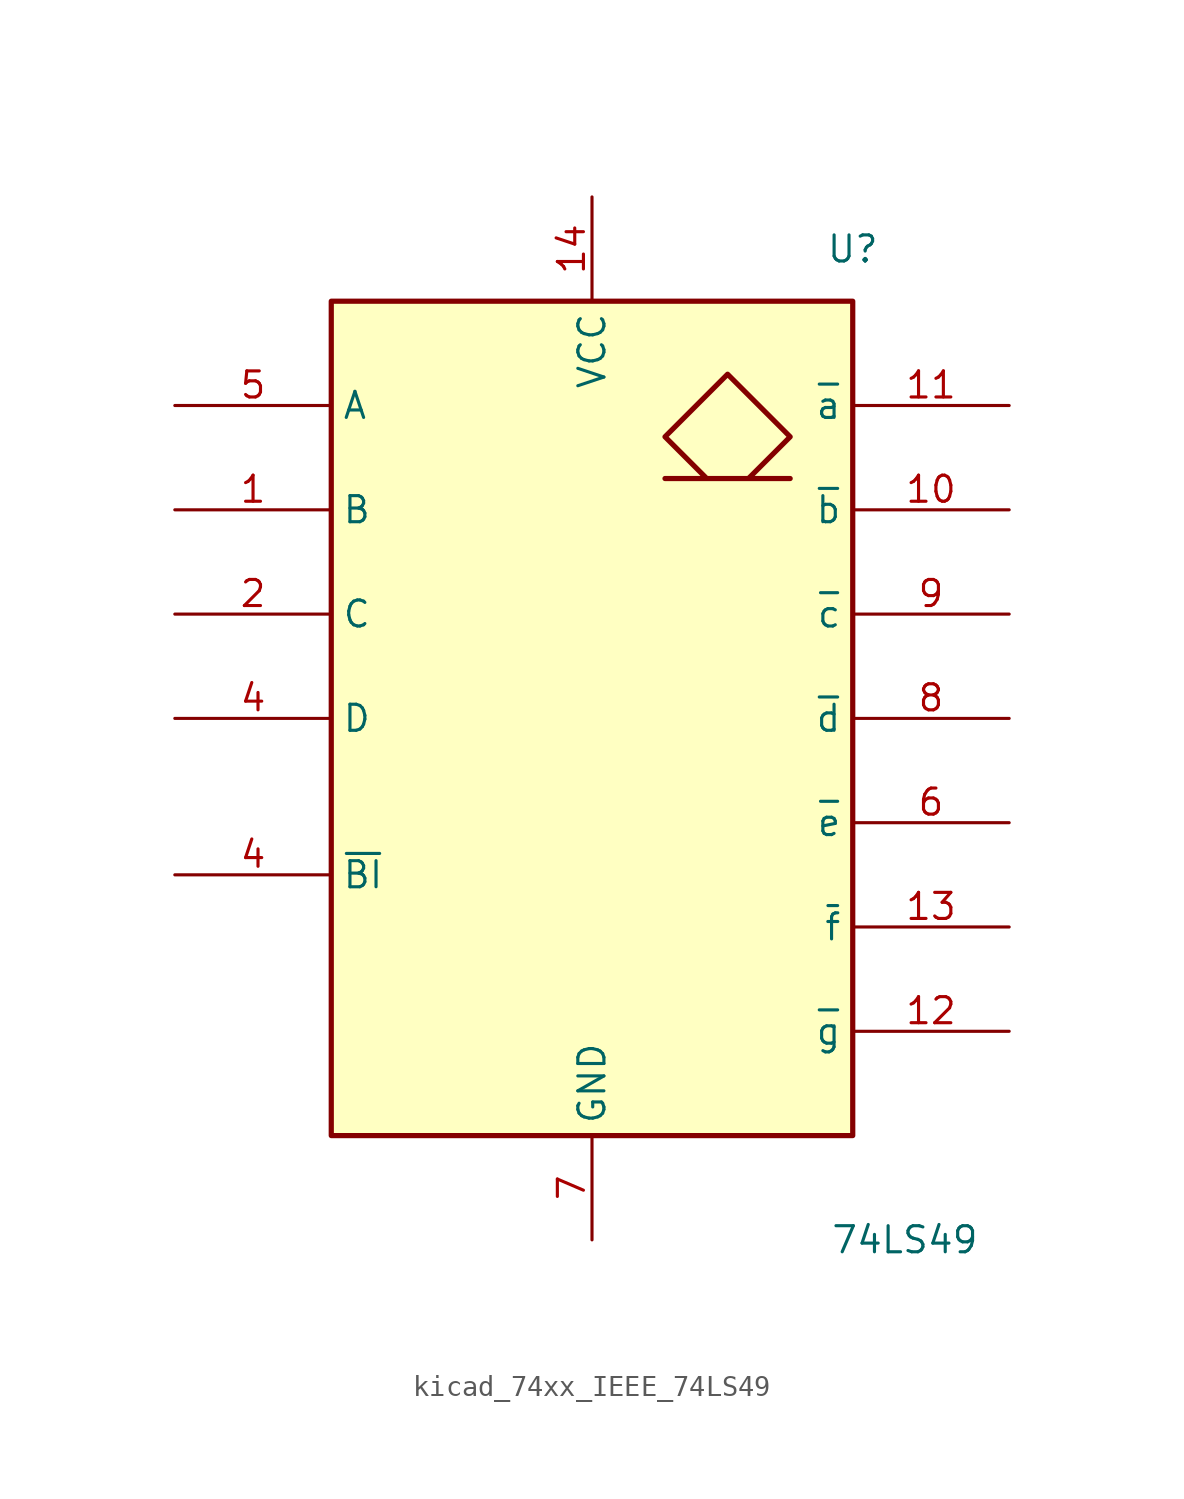
<source format=kicad_sym>
(kicad_symbol_lib
  (version 20220914)
  (generator kicad_symbol_editor)
  (symbol "kicad_74xx_IEEE_74LS49"
    (property "Reference" "U"
      (at 12.7 22.86 0)
      (effects (font (size 1.27 1.27))))
    (property "Value" "74LS49"
      (at 15.24 -25.4 0)
      (effects (font (size 1.27 1.27))))
    (symbol "kicad_74xx_IEEE_74LS49_0_0"
      (rectangle (start -12.7 20.32) (end 12.7 -20.32) (stroke (width 0.254) (type default)) (fill (type background)))
      (polyline (pts (xy 7.62 11.684) (xy 9.652 13.716) (xy 6.604 16.764) (xy 3.556 13.716) (xy 5.588 11.684) (xy 3.556 11.684) (xy 9.652 11.684) (xy 9.652 11.684)) (stroke (width 0.254) (type default)) (fill (type background)))
      (pin power_in line (at 0 25.4 270) (length 5.08) (name "VCC" (effects (font (size 1.27 1.27)))) (number "14" (effects (font (size 1.27 1.27)))))
      (pin power_in line (at 0 -25.4 90) (length 5.08) (name "GND" (effects (font (size 1.27 1.27)))) (number "7" (effects (font (size 1.27 1.27))))))
    (symbol "kicad_74xx_IEEE_74LS49_1_1"
      (pin input line (at -20.32 10.16 0) (length 7.62) (name "B" (effects (font (size 1.27 1.27)))) (number "1" (effects (font (size 1.27 1.27)))))
      (pin open_collector line (at 20.32 10.16 180) (length 7.62) (name "~{b}" (effects (font (size 1.27 1.27)))) (number "10" (effects (font (size 1.27 1.27)))))
      (pin open_collector line (at 20.32 15.24 180) (length 7.62) (name "~{a}" (effects (font (size 1.27 1.27)))) (number "11" (effects (font (size 1.27 1.27)))))
      (pin open_collector line (at 20.32 -15.24 180) (length 7.62) (name "~{g}" (effects (font (size 1.27 1.27)))) (number "12" (effects (font (size 1.27 1.27)))))
      (pin open_collector line (at 20.32 -10.16 180) (length 7.62) (name "~{f}" (effects (font (size 1.27 1.27)))) (number "13" (effects (font (size 1.27 1.27)))))
      (pin input line (at -20.32 5.08 0) (length 7.62) (name "C" (effects (font (size 1.27 1.27)))) (number "2" (effects (font (size 1.27 1.27)))))
      (pin input line (at -20.32 0 0) (length 7.62) (name "D" (effects (font (size 1.27 1.27)))) (number "4" (effects (font (size 1.27 1.27)))))
      (pin input line (at -20.32 -7.62 0) (length 7.62) (name "~{BI}" (effects (font (size 1.27 1.27)))) (number "4" (effects (font (size 1.27 1.27)))))
      (pin input line (at -20.32 15.24 0) (length 7.62) (name "A" (effects (font (size 1.27 1.27)))) (number "5" (effects (font (size 1.27 1.27)))))
      (pin open_collector line (at 20.32 -5.08 180) (length 7.62) (name "~{e}" (effects (font (size 1.27 1.27)))) (number "6" (effects (font (size 1.27 1.27)))))
      (pin open_collector line (at 20.32 0 180) (length 7.62) (name "~{d}" (effects (font (size 1.27 1.27)))) (number "8" (effects (font (size 1.27 1.27)))))
      (pin open_collector line (at 20.32 5.08 180) (length 7.62) (name "~{c}" (effects (font (size 1.27 1.27)))) (number "9" (effects (font (size 1.27 1.27))))))))
</source>
